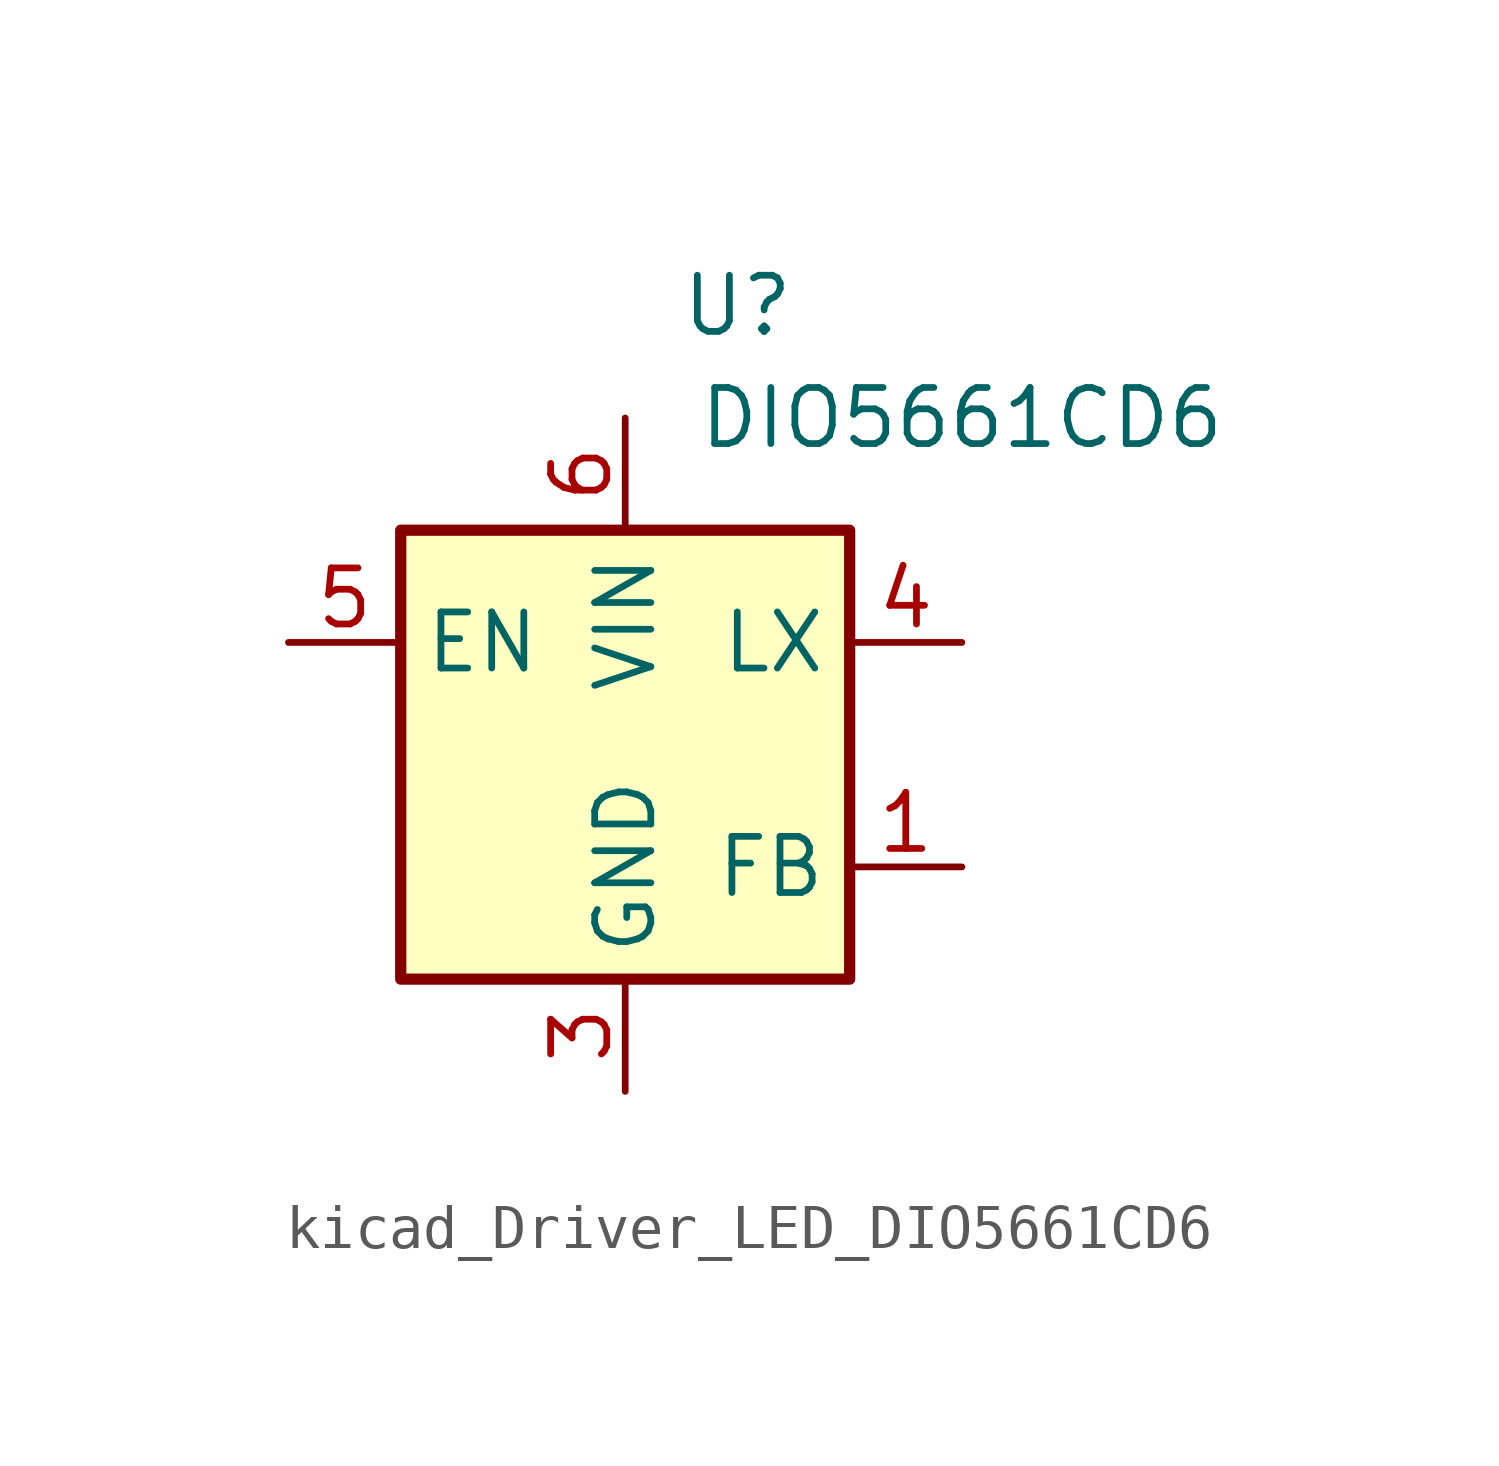
<source format=kicad_sym>
(kicad_symbol_lib
  (version 20220914)
  (generator kicad_symbol_editor)
  (symbol "kicad_Driver_LED_DIO5661CD6"
    (property "Reference" "U"
      (at 2.54 10.16 0)
      (effects (font (size 1.27 1.27))))
    (property "Value" "DIO5661CD6"
      (at 7.62 7.62 0)
      (effects (font (size 1.27 1.27))))
    (symbol "kicad_Driver_LED_DIO5661CD6_0_1"
      (rectangle (start 5.08 -5.08) (end -5.08 5.08) (stroke (width 0.254) (type default)) (fill (type background))))
    (symbol "kicad_Driver_LED_DIO5661CD6_1_1"
      (pin input line (at 7.62 -2.54 180) (length 2.54) (name "FB" (effects (font (size 1.27 1.27)))) (number "1" (effects (font (size 1.27 1.27)))))
      (pin no_connect line (at -5.08 -2.54 0) (length 2.54) hide (name "~" (effects (font (size 1.27 1.27)))) (number "2" (effects (font (size 1.27 1.27)))))
      (pin power_in line (at 0 -7.62 90) (length 2.54) (name "GND" (effects (font (size 1.27 1.27)))) (number "3" (effects (font (size 1.27 1.27)))))
      (pin open_collector line (at 7.62 2.54 180) (length 2.54) (name "LX" (effects (font (size 1.27 1.27)))) (number "4" (effects (font (size 1.27 1.27)))))
      (pin input line (at -7.62 2.54 0) (length 2.54) (name "EN" (effects (font (size 1.27 1.27)))) (number "5" (effects (font (size 1.27 1.27)))))
      (pin power_in line (at 0 7.62 270) (length 2.54) (name "VIN" (effects (font (size 1.27 1.27)))) (number "6" (effects (font (size 1.27 1.27)))))
      (pin passive line (at 0 -7.62 90) (length 2.54) hide (name "GND" (effects (font (size 1.27 1.27)))) (number "7" (effects (font (size 1.27 1.27))))))))
</source>
